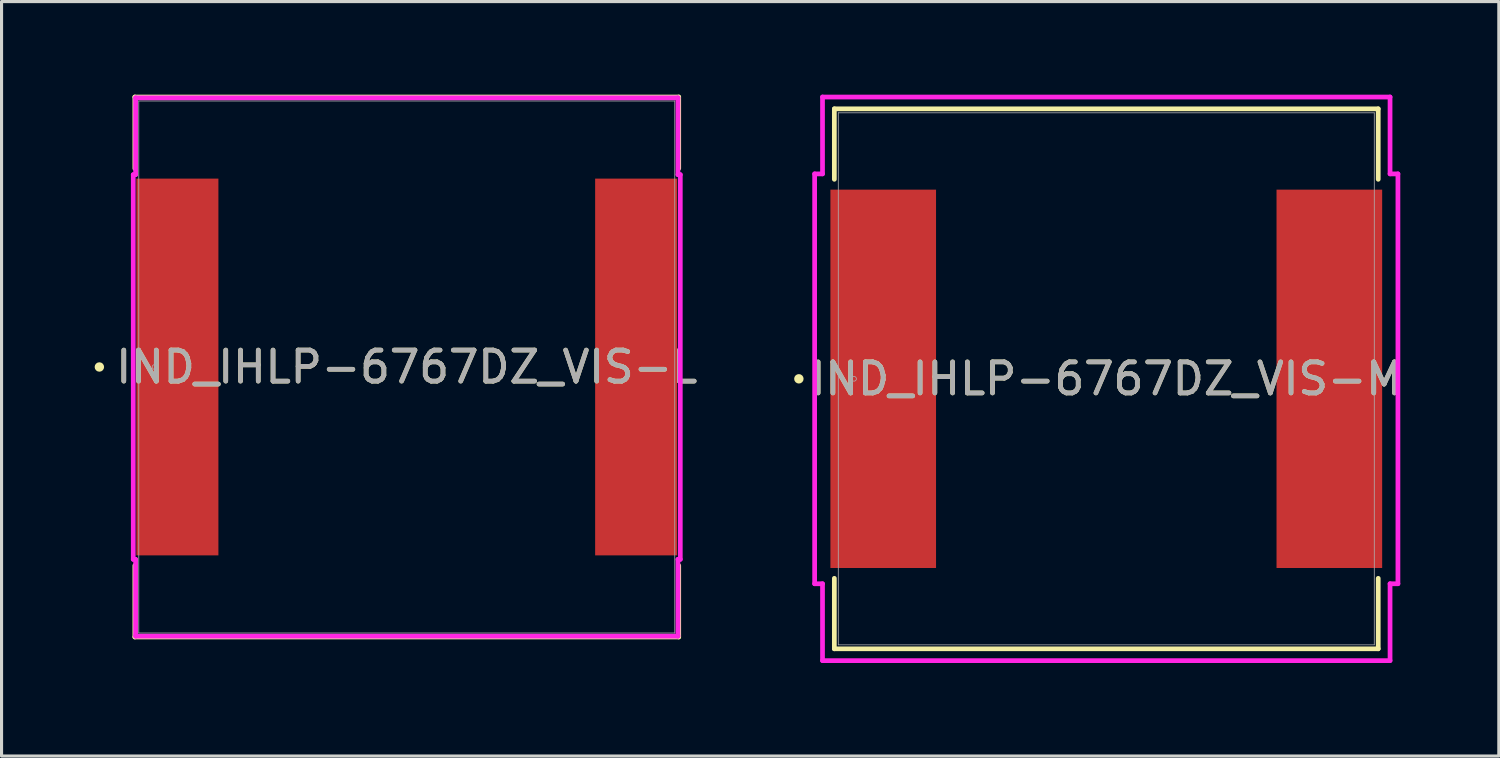
<source format=kicad_pcb>
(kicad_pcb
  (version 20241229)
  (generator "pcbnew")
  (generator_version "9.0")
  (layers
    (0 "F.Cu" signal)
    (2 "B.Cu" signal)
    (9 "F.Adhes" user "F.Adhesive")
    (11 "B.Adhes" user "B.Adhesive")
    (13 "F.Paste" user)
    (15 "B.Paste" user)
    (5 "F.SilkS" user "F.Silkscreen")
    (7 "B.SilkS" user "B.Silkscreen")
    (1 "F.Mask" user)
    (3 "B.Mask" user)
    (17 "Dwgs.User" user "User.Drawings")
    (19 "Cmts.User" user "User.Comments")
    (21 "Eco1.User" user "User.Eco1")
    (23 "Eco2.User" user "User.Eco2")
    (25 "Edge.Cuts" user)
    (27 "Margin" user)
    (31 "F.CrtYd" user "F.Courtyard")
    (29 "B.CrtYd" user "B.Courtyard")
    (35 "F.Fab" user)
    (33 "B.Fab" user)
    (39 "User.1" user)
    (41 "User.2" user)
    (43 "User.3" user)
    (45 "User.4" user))
  (footprint "IND_IHLP-6767DZ_VIS-M"
    (layer "F.Cu")
    (at 32.599 9.157)
    (property "Reference" "IND_IHLP-6767DZ_VIS-M" (at 0 0 0) (unlocked yes) (layer "F.SilkS") (effects (font (size 1 1) (thickness 0.15))))
    (attr smd)
    (fp_line (start -8.763 -8.7) (end -8.763 -6.429) (stroke (width 0.152) (type solid)) (layer "F.SilkS"))
    (fp_line (start -8.763 6.429) (end -8.763 8.7) (stroke (width 0.152) (type solid)) (layer "F.SilkS"))
    (fp_line (start -8.763 8.7) (end 8.763 8.7) (stroke (width 0.152) (type solid)) (layer "F.SilkS"))
    (fp_line (start 8.763 -8.7) (end -8.763 -8.7) (stroke (width 0.152) (type solid)) (layer "F.SilkS"))
    (fp_line (start 8.763 -6.429) (end 8.763 -8.7) (stroke (width 0.152) (type solid)) (layer "F.SilkS"))
    (fp_line (start 8.763 8.7) (end 8.763 6.429) (stroke (width 0.152) (type solid)) (layer "F.SilkS"))
    (fp_circle (center -9.906 0) (end -9.83 0) (stroke (width 0.152) (type solid)) (fill no) (layer "F.SilkS"))
    (fp_line (start -9.398 -6.604) (end -9.144 -6.604) (stroke (width 0.152) (type solid)) (layer "F.CrtYd"))
    (fp_line (start -9.398 6.604) (end -9.398 -6.604) (stroke (width 0.152) (type solid)) (layer "F.CrtYd"))
    (fp_line (start -9.144 -9.081) (end 9.144 -9.081) (stroke (width 0.152) (type solid)) (layer "F.CrtYd"))
    (fp_line (start -9.144 -6.604) (end -9.144 -9.081) (stroke (width 0.152) (type solid)) (layer "F.CrtYd"))
    (fp_line (start -9.144 6.604) (end -9.398 6.604) (stroke (width 0.152) (type solid)) (layer "F.CrtYd"))
    (fp_line (start -9.144 9.081) (end -9.144 6.604) (stroke (width 0.152) (type solid)) (layer "F.CrtYd"))
    (fp_line (start 9.144 -9.081) (end 9.144 -6.604) (stroke (width 0.152) (type solid)) (layer "F.CrtYd"))
    (fp_line (start 9.144 -6.604) (end 9.398 -6.604) (stroke (width 0.152) (type solid)) (layer "F.CrtYd"))
    (fp_line (start 9.144 6.604) (end 9.144 9.081) (stroke (width 0.152) (type solid)) (layer "F.CrtYd"))
    (fp_line (start 9.144 9.081) (end -9.144 9.081) (stroke (width 0.152) (type solid)) (layer "F.CrtYd"))
    (fp_line (start 9.398 -6.604) (end 9.398 6.604) (stroke (width 0.152) (type solid)) (layer "F.CrtYd"))
    (fp_line (start 9.398 6.604) (end 9.144 6.604) (stroke (width 0.152) (type solid)) (layer "F.CrtYd"))
    (fp_line (start -8.636 -8.572) (end -8.636 8.572) (stroke (width 0.025) (type solid)) (layer "F.Fab"))
    (fp_line (start -8.636 8.572) (end 8.636 8.572) (stroke (width 0.025) (type solid)) (layer "F.Fab"))
    (fp_line (start 8.636 -8.572) (end -8.636 -8.572) (stroke (width 0.025) (type solid)) (layer "F.Fab"))
    (fp_line (start 8.636 8.572) (end 8.636 -8.572) (stroke (width 0.025) (type solid)) (layer "F.Fab"))
    (fp_circle (center -8.128 0) (end -8.052 0) (stroke (width 0.025) (type solid)) (fill no) (layer "F.Fab"))
    (fp_text user "${REFERENCE}" (at 0 0 0) (unlocked yes) (layer "F.Fab") (effects (font (size 1 1) (thickness 0.15))))
    (pad "1" smd rect (at -7.188 0 90) (size 12.192 3.404) (layers "F.Cu" "F.Mask" "F.Paste"))
    (pad "2" smd rect (at 7.188 0 90) (size 12.192 3.404) (layers "F.Cu" "F.Mask" "F.Paste"))
    (zone (net_name "") (layer "F.Cu") (hatch full 0.508) (connect_pads) (min_thickness 0.254) (filled_areas_thickness no) (keepout (tracks not_allowed) (vias not_allowed) (pads allowed) (copperpour not_allowed) (footprints allowed)) (placement (enabled no)) (fill) (polygon (pts (xy 24.014 0.635) (xy 41.184 0.635) (xy 41.184 3.01) (xy 24.014 3.01))))
    (zone (net_name "") (layer "F.Cu") (hatch full 0.508) (connect_pads) (min_thickness 0.254) (filled_areas_thickness no) (keepout (tracks not_allowed) (vias not_allowed) (pads allowed) (copperpour not_allowed) (footprints allowed)) (placement (enabled no)) (fill) (polygon (pts (xy 24.014 15.303) (xy 41.184 15.303) (xy 41.184 17.678) (xy 24.014 17.678))))
    (zone (net_name "") (layer "F.Cu") (hatch full 0.508) (connect_pads) (min_thickness 0.254) (filled_areas_thickness no) (keepout (tracks not_allowed) (vias not_allowed) (pads allowed) (copperpour not_allowed) (footprints allowed)) (placement (enabled no)) (fill) (polygon (pts (xy 27.163 3.01) (xy 38.035 3.01) (xy 38.035 15.303) (xy 27.163 15.303)))))
  (footprint "IND_IHLP-6767DZ_VIS-L"
    (layer "F.Cu")
    (at 10.058 8.776)
    (property "Reference" "IND_IHLP-6767DZ_VIS-L" (at 0 0 0) (unlocked yes) (layer "F.SilkS") (effects (font (size 1 1) (thickness 0.15))))
    (attr smd)
    (fp_line (start -8.763 -8.7) (end -8.763 -6.399) (stroke (width 0.152) (type solid)) (layer "F.SilkS"))
    (fp_line (start -8.763 6.399) (end -8.763 8.7) (stroke (width 0.152) (type solid)) (layer "F.SilkS"))
    (fp_line (start -8.763 8.7) (end 8.763 8.7) (stroke (width 0.152) (type solid)) (layer "F.SilkS"))
    (fp_line (start 8.763 -8.7) (end -8.763 -8.7) (stroke (width 0.152) (type solid)) (layer "F.SilkS"))
    (fp_line (start 8.763 -6.399) (end 8.763 -8.7) (stroke (width 0.152) (type solid)) (layer "F.SilkS"))
    (fp_line (start 8.763 8.7) (end 8.763 6.399) (stroke (width 0.152) (type solid)) (layer "F.SilkS"))
    (fp_circle (center -9.906 0) (end -9.83 0) (stroke (width 0.152) (type solid)) (fill no) (layer "F.SilkS"))
    (fp_line (start -8.814 -6.198) (end -8.738 -6.198) (stroke (width 0.152) (type solid)) (layer "F.CrtYd"))
    (fp_line (start -8.814 6.198) (end -8.814 -6.198) (stroke (width 0.152) (type solid)) (layer "F.CrtYd"))
    (fp_line (start -8.738 -8.674) (end 8.738 -8.674) (stroke (width 0.152) (type solid)) (layer "F.CrtYd"))
    (fp_line (start -8.738 -6.198) (end -8.738 -8.674) (stroke (width 0.152) (type solid)) (layer "F.CrtYd"))
    (fp_line (start -8.738 6.198) (end -8.814 6.198) (stroke (width 0.152) (type solid)) (layer "F.CrtYd"))
    (fp_line (start -8.738 8.674) (end -8.738 6.198) (stroke (width 0.152) (type solid)) (layer "F.CrtYd"))
    (fp_line (start 8.738 -8.674) (end 8.738 -6.198) (stroke (width 0.152) (type solid)) (layer "F.CrtYd"))
    (fp_line (start 8.738 -6.198) (end 8.814 -6.198) (stroke (width 0.152) (type solid)) (layer "F.CrtYd"))
    (fp_line (start 8.738 6.198) (end 8.738 8.674) (stroke (width 0.152) (type solid)) (layer "F.CrtYd"))
    (fp_line (start 8.738 8.674) (end -8.738 8.674) (stroke (width 0.152) (type solid)) (layer "F.CrtYd"))
    (fp_line (start 8.814 -6.198) (end 8.814 6.198) (stroke (width 0.152) (type solid)) (layer "F.CrtYd"))
    (fp_line (start 8.814 6.198) (end 8.738 6.198) (stroke (width 0.152) (type solid)) (layer "F.CrtYd"))
    (fp_line (start -8.636 -8.572) (end -8.636 8.572) (stroke (width 0.025) (type solid)) (layer "F.Fab"))
    (fp_line (start -8.636 8.572) (end 8.636 8.572) (stroke (width 0.025) (type solid)) (layer "F.Fab"))
    (fp_line (start 8.636 -8.572) (end -8.636 -8.572) (stroke (width 0.025) (type solid)) (layer "F.Fab"))
    (fp_line (start 8.636 8.572) (end 8.636 -8.572) (stroke (width 0.025) (type solid)) (layer "F.Fab"))
    (fp_circle (center -8.128 0) (end -8.052 0) (stroke (width 0.025) (type solid)) (fill no) (layer "F.Fab"))
    (fp_text user "${REFERENCE}" (at 0 0 0) (unlocked yes) (layer "F.Fab") (effects (font (size 1 1) (thickness 0.15))))
    (pad "1" smd rect (at -7.391 0 90) (size 12.141 2.642) (layers "F.Cu" "F.Mask" "F.Paste"))
    (pad "2" smd rect (at 7.391 0 90) (size 12.141 2.642) (layers "F.Cu" "F.Mask" "F.Paste"))
    (zone (net_name "") (layer "F.Cu") (hatch full 0.508) (connect_pads) (min_thickness 0.254) (filled_areas_thickness no) (keepout (tracks not_allowed) (vias not_allowed) (pads allowed) (copperpour not_allowed) (footprints allowed)) (placement (enabled no)) (fill) (polygon (pts (xy 1.473 0.254) (xy 18.644 0.254) (xy 18.644 2.629) (xy 1.473 2.629))))
    (zone (net_name "") (layer "F.Cu") (hatch full 0.508) (connect_pads) (min_thickness 0.254) (filled_areas_thickness no) (keepout (tracks not_allowed) (vias not_allowed) (pads allowed) (copperpour not_allowed) (footprints allowed)) (placement (enabled no)) (fill) (polygon (pts (xy 1.473 14.922) (xy 18.644 14.922) (xy 18.644 17.297) (xy 1.473 17.297))))
    (zone (net_name "") (layer "F.Cu") (hatch full 0.508) (connect_pads) (min_thickness 0.254) (filled_areas_thickness no) (keepout (tracks not_allowed) (vias not_allowed) (pads allowed) (copperpour not_allowed) (footprints allowed)) (placement (enabled no)) (fill) (polygon (pts (xy 4.039 2.629) (xy 16.078 2.629) (xy 16.078 14.922) (xy 4.039 14.922)))))
  (gr_rect
    (start -3 -3)
    (end 45.248 21.313)
    (stroke (width 0.1) (type default))
    (fill no)
    (layer "Edge.Cuts")))
</source>
